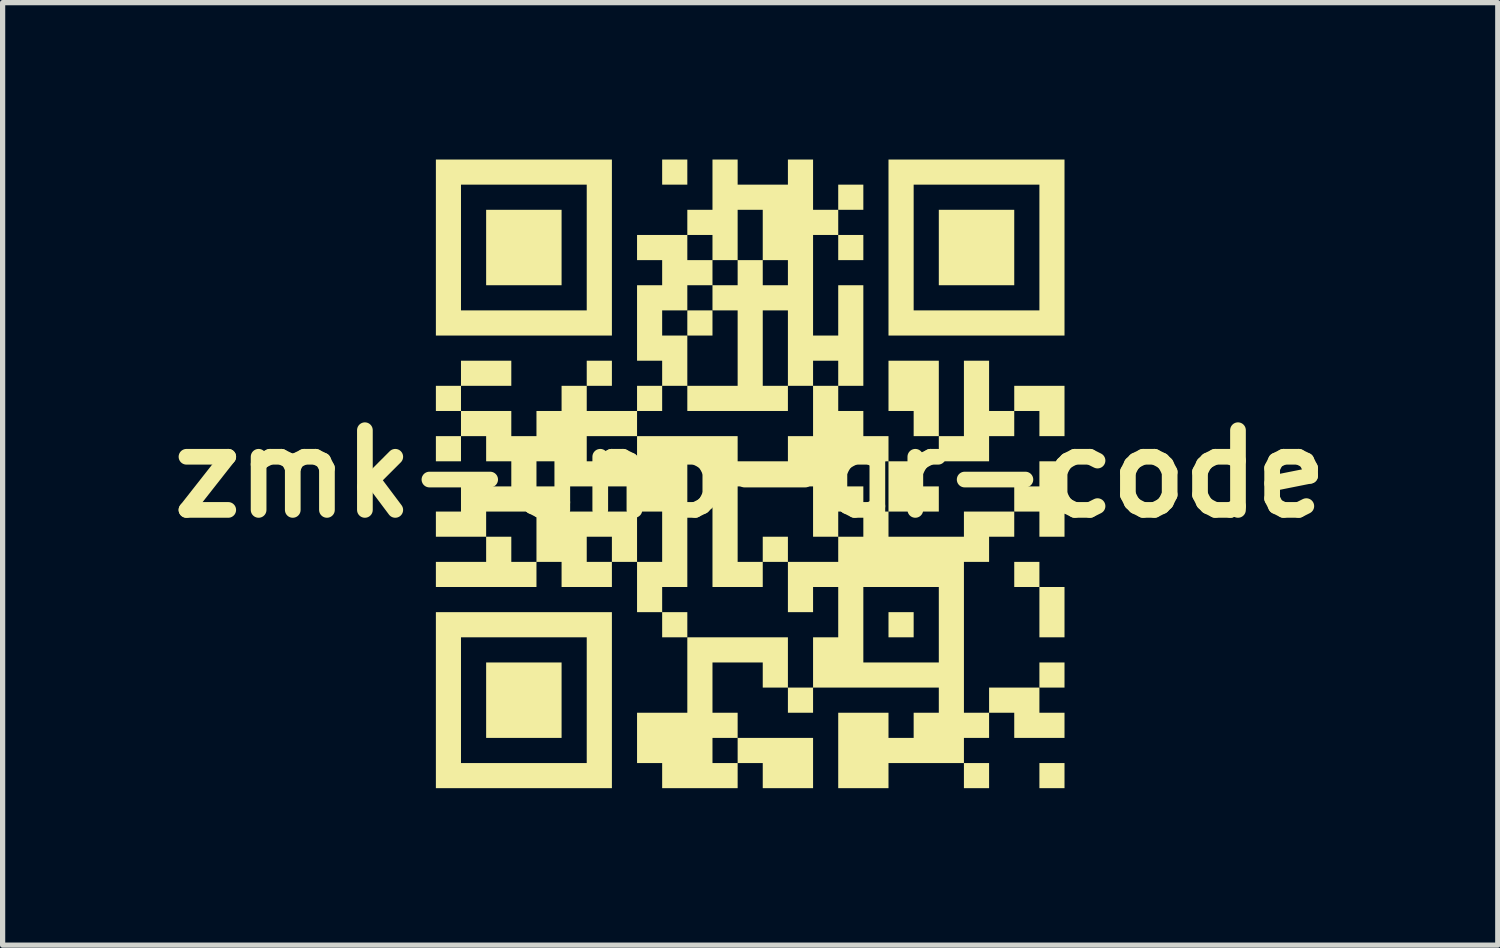
<source format=kicad_pcb>
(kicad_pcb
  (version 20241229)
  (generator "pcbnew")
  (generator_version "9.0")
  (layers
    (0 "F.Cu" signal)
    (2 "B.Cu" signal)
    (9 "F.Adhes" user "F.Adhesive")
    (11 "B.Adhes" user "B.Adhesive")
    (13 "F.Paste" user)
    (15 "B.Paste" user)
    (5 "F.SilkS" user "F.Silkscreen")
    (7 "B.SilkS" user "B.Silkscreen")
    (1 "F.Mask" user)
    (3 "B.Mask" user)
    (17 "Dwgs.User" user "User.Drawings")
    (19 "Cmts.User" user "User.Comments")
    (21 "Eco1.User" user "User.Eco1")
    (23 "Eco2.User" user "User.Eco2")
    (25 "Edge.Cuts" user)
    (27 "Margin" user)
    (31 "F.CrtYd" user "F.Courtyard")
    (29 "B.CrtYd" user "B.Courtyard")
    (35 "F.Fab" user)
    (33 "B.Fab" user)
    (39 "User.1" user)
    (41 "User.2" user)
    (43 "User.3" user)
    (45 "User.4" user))
  (footprint "zmk-uno-qr-code"
    (layer "F.Cu")
    (at 11.292 6.009)
    (property "Reference" "zmk-uno-qr-code" (at 0 0 0) (layer "F.SilkS") (effects (font (size 1.524 1.524) (thickness 0.3))))
    (attr board_only exclude_from_pos_files exclude_from_bom)
    (fp_poly (pts (xy -5.529 -1.202) (xy -6.009 -1.202) (xy -6.009 -1.683) (xy -5.529 -1.683)) (stroke (width 0) (type solid)) (fill yes) (layer "F.SilkS"))
    (fp_poly (pts (xy -5.529 -0.24) (xy -6.009 -0.24) (xy -6.009 -0.721) (xy -5.529 -0.721)) (stroke (width 0) (type solid)) (fill yes) (layer "F.SilkS"))
    (fp_poly (pts (xy -4.567 -1.683) (xy -5.529 -1.683) (xy -5.529 -2.163) (xy -4.567 -2.163)) (stroke (width 0) (type solid)) (fill yes) (layer "F.SilkS"))
    (fp_poly (pts (xy -3.606 -3.606) (xy -5.048 -3.606) (xy -5.048 -5.048) (xy -3.606 -5.048)) (stroke (width 0) (type solid)) (fill yes) (layer "F.SilkS"))
    (fp_poly (pts (xy -3.606 5.048) (xy -5.048 5.048) (xy -5.048 3.606) (xy -3.606 3.606)) (stroke (width 0) (type solid)) (fill yes) (layer "F.SilkS"))
    (fp_poly (pts (xy -2.644 -1.683) (xy -3.125 -1.683) (xy -3.125 -2.163) (xy -2.644 -2.163)) (stroke (width 0) (type solid)) (fill yes) (layer "F.SilkS"))
    (fp_poly (pts (xy -1.202 -5.529) (xy -1.683 -5.529) (xy -1.683 -6.009) (xy -1.202 -6.009)) (stroke (width 0) (type solid)) (fill yes) (layer "F.SilkS"))
    (fp_poly (pts (xy -0.721 -2.644) (xy -1.202 -2.644) (xy -1.202 -3.125) (xy -0.721 -3.125)) (stroke (width 0) (type solid)) (fill yes) (layer "F.SilkS"))
    (fp_poly (pts (xy 0.721 1.683) (xy 0.24 1.683) (xy 0.24 1.202) (xy 0.721 1.202)) (stroke (width 0) (type solid)) (fill yes) (layer "F.SilkS"))
    (fp_poly (pts (xy 2.163 -5.048) (xy 1.683 -5.048) (xy 1.683 -5.529) (xy 2.163 -5.529)) (stroke (width 0) (type solid)) (fill yes) (layer "F.SilkS"))
    (fp_poly (pts (xy 2.163 -4.086) (xy 1.683 -4.086) (xy 1.683 -4.567) (xy 2.163 -4.567)) (stroke (width 0) (type solid)) (fill yes) (layer "F.SilkS"))
    (fp_poly (pts (xy 3.125 3.125) (xy 2.644 3.125) (xy 2.644 2.644) (xy 3.125 2.644)) (stroke (width 0) (type solid)) (fill yes) (layer "F.SilkS"))
    (fp_poly (pts (xy 4.567 6.009) (xy 4.086 6.009) (xy 4.086 5.529) (xy 4.567 5.529)) (stroke (width 0) (type solid)) (fill yes) (layer "F.SilkS"))
    (fp_poly (pts (xy 5.048 -3.606) (xy 3.606 -3.606) (xy 3.606 -5.048) (xy 5.048 -5.048)) (stroke (width 0) (type solid)) (fill yes) (layer "F.SilkS"))
    (fp_poly (pts (xy 5.529 2.163) (xy 5.048 2.163) (xy 5.048 1.683) (xy 5.529 1.683)) (stroke (width 0) (type solid)) (fill yes) (layer "F.SilkS"))
    (fp_poly (pts (xy 6.009 3.125) (xy 5.529 3.125) (xy 5.529 2.163) (xy 6.009 2.163)) (stroke (width 0) (type solid)) (fill yes) (layer "F.SilkS"))
    (fp_poly (pts (xy 6.009 4.086) (xy 5.529 4.086) (xy 5.529 3.606) (xy 6.009 3.606)) (stroke (width 0) (type solid)) (fill yes) (layer "F.SilkS"))
    (fp_poly (pts (xy 6.009 6.009) (xy 5.529 6.009) (xy 5.529 5.529) (xy 6.009 5.529)) (stroke (width 0) (type solid)) (fill yes) (layer "F.SilkS"))
    (fp_poly (pts (xy 1.202 6.009) (xy 0.24 6.009) (xy 0.24 5.529) (xy -0.24 5.529) (xy -0.24 5.048) (xy 1.202 5.048)) (stroke (width 0) (type solid)) (fill yes) (layer "F.SilkS"))
    (fp_poly (pts (xy 3.606 -0.721) (xy 3.125 -0.721) (xy 3.125 -1.202) (xy 2.644 -1.202) (xy 2.644 -2.163) (xy 3.606 -2.163)) (stroke (width 0) (type solid)) (fill yes) (layer "F.SilkS"))
    (fp_poly (pts (xy 6.009 -0.721) (xy 5.529 -0.721) (xy 5.529 -1.202) (xy 5.048 -1.202) (xy 5.048 -1.683) (xy 6.009 -1.683)) (stroke (width 0) (type solid)) (fill yes) (layer "F.SilkS"))
    (fp_poly (pts (xy 5.048 0.24) (xy 5.529 0.24) (xy 5.529 -0.24) (xy 6.009 -0.24) (xy 6.009 1.202) (xy 5.529 1.202) (xy 5.529 0.721) (xy 5.048 0.721)) (stroke (width 0) (type solid)) (fill yes) (layer "F.SilkS"))
    (fp_poly (pts (xy 5.529 4.567) (xy 6.009 4.567) (xy 6.009 5.048) (xy 5.048 5.048) (xy 5.048 4.567) (xy 4.567 4.567) (xy 4.567 4.086) (xy 5.529 4.086)) (stroke (width 0) (type solid)) (fill yes) (layer "F.SilkS"))
    (fp_poly (pts (xy 4.567 -1.202) (xy 5.048 -1.202) (xy 5.048 -0.721) (xy 4.567 -0.721) (xy 4.567 -0.24) (xy 3.606 -0.24) (xy 3.606 -0.721) (xy 4.086 -0.721) (xy 4.086 -2.163) (xy 4.567 -2.163)) (stroke (width 0) (type solid)) (fill yes) (layer "F.SilkS"))
    (fp_poly (pts (xy -2.644 -2.644) (xy -6.009 -2.644) (xy -6.009 -3.125) (xy -5.529 -3.125) (xy -3.125 -3.125) (xy -3.125 -5.529) (xy -5.529 -5.529) (xy -5.529 -3.125) (xy -6.009 -3.125) (xy -6.009 -6.009) (xy -2.644 -6.009)) (stroke (width 0) (type solid)) (fill yes) (layer "F.SilkS"))
    (fp_poly (pts (xy -2.644 6.009) (xy -6.009 6.009) (xy -6.009 5.529) (xy -5.529 5.529) (xy -3.125 5.529) (xy -3.125 3.125) (xy -5.529 3.125) (xy -5.529 5.529) (xy -6.009 5.529) (xy -6.009 2.644) (xy -2.644 2.644)) (stroke (width 0) (type solid)) (fill yes) (layer "F.SilkS"))
    (fp_poly (pts (xy 6.009 -2.644) (xy 2.644 -2.644) (xy 2.644 -3.125) (xy 3.125 -3.125) (xy 5.529 -3.125) (xy 5.529 -5.529) (xy 3.125 -5.529) (xy 3.125 -3.125) (xy 2.644 -3.125) (xy 2.644 -6.009) (xy 6.009 -6.009)) (stroke (width 0) (type solid)) (fill yes) (layer "F.SilkS"))
    (fp_poly (pts (xy 5.048 1.202) (xy 4.567 1.202) (xy 4.567 1.683) (xy 4.086 1.683) (xy 4.086 4.567) (xy 4.567 4.567) (xy 4.567 5.048) (xy 4.086 5.048) (xy 4.086 5.529) (xy 2.644 5.529) (xy 2.644 6.009) (xy 1.683 6.009) (xy 1.683 4.567) (xy 2.644 4.567) (xy 2.644 5.048) (xy 3.125 5.048) (xy 3.125 4.567) (xy 3.606 4.567) (xy 3.606 4.086) (xy 1.202 4.086) (xy 1.202 4.567) (xy 0.721 4.567) (xy 0.721 4.086) (xy 0.24 4.086) (xy 0.24 3.606) (xy -0.721 3.606) (xy -0.721 4.567) (xy -0.24 4.567) (xy -0.24 5.048) (xy -0.721 5.048) (xy -0.721 5.529) (xy -0.24 5.529) (xy -0.24 6.009) (xy -1.683 6.009) (xy -1.683 5.529) (xy -2.163 5.529) (xy -2.163 4.567) (xy -1.202 4.567) (xy -1.202 3.125) (xy -1.683 3.125) (xy -1.683 2.644) (xy -1.202 2.644) (xy -1.202 3.125) (xy 0.721 3.125) (xy 0.721 4.086) (xy 1.202 4.086) (xy 1.202 3.606) (xy 2.163 3.606) (xy 3.606 3.606) (xy 3.606 2.163) (xy 2.163 2.163) (xy 2.163 3.606) (xy 1.202 3.606) (xy 1.202 3.125) (xy 1.683 3.125) (xy 1.683 2.163) (xy 1.202 2.163) (xy 1.202 2.644) (xy 0.721 2.644) (xy 0.721 1.683) (xy 1.683 1.683) (xy 1.683 1.202) (xy 2.163 1.202) (xy 2.163 0.721) (xy 1.683 0.721) (xy 1.683 1.202) (xy 1.202 1.202) (xy 1.202 0.24) (xy 1.683 0.24) (xy 2.163 0.24) (xy 2.163 0.721) (xy 2.644 0.721) (xy 2.644 -0.24) (xy 1.683 -0.24) (xy 1.683 0.24) (xy 1.202 0.24) (xy -0.24 0.24) (xy -0.24 1.683) (xy 0.24 1.683) (xy 0.24 2.163) (xy -0.721 2.163) (xy -0.721 -0.24) (xy -1.202 -0.24) (xy -1.202 2.163) (xy -1.683 2.163) (xy -1.683 2.644) (xy -2.163 2.644) (xy -2.163 1.683) (xy -1.683 1.683) (xy -1.683 0.721) (xy -2.163 0.721) (xy -2.163 1.683) (xy -2.644 1.683) (xy -2.644 2.163) (xy -3.606 2.163) (xy -3.606 1.683) (xy -3.125 1.683) (xy -2.644 1.683) (xy -2.644 1.202) (xy -3.125 1.202) (xy -3.125 1.683) (xy -3.606 1.683) (xy -4.086 1.683) (xy -4.086 2.163) (xy -6.009 2.163) (xy -6.009 1.683) (xy -5.048 1.683) (xy -5.048 1.202) (xy -4.567 1.202) (xy -4.567 1.683) (xy -4.086 1.683) (xy -4.086 0.721) (xy -3.606 0.721) (xy -2.163 0.721) (xy -2.163 0.24) (xy -3.606 0.24) (xy -3.606 0.721) (xy -4.086 0.721) (xy -5.048 0.721) (xy -5.048 1.202) (xy -6.009 1.202) (xy -6.009 0.721) (xy -5.529 0.721) (xy -5.529 0.24) (xy -4.567 0.24) (xy -4.086 0.24) (xy -3.606 0.24) (xy -3.606 -0.24) (xy -3.125 -0.24) (xy -2.163 -0.24) (xy -2.163 -0.721) (xy -0.24 -0.721) (xy -0.24 -0.24) (xy 0.721 -0.24) (xy 0.721 -0.721) (xy 1.202 -0.721) (xy 1.202 -1.683) (xy 1.683 -1.683) (xy 1.683 -2.163) (xy 1.202 -2.163) (xy 1.202 -1.683) (xy 0.721 -1.683) (xy 0.721 -1.202) (xy -1.202 -1.202) (xy -1.202 -1.683) (xy -1.683 -1.683) (xy -1.683 -1.202) (xy -2.163 -1.202) (xy -2.163 -0.721) (xy -3.125 -0.721) (xy -3.125 -0.24) (xy -3.606 -0.24) (xy -4.086 -0.24) (xy -4.086 0.24) (xy -4.567 0.24) (xy -4.567 -0.24) (xy -5.048 -0.24) (xy -5.048 -0.721) (xy -5.529 -0.721) (xy -5.529 -1.202) (xy -4.567 -1.202) (xy -4.567 -0.721) (xy -4.086 -0.721) (xy -4.086 -1.202) (xy -3.606 -1.202) (xy -3.606 -1.683) (xy -3.125 -1.683) (xy -3.125 -1.202) (xy -2.163 -1.202) (xy -2.163 -1.683) (xy -1.683 -1.683) (xy -1.683 -2.163) (xy -2.163 -2.163) (xy -2.163 -2.644) (xy -1.683 -2.644) (xy -1.202 -2.644) (xy -1.202 -1.683) (xy -0.24 -1.683) (xy 0.24 -1.683) (xy 0.721 -1.683) (xy 0.721 -3.125) (xy 0.24 -3.125) (xy 0.24 -1.683) (xy -0.24 -1.683) (xy -0.24 -3.125) (xy -0.721 -3.125) (xy -0.721 -3.606) (xy -0.24 -3.606) (xy 0.24 -3.606) (xy 0.721 -3.606) (xy 0.721 -4.086) (xy 0.24 -4.086) (xy 0.24 -3.606) (xy -0.24 -3.606) (xy -0.24 -4.086) (xy 0.24 -4.086) (xy 0.24 -5.048) (xy -0.24 -5.048) (xy -0.24 -4.086) (xy -0.721 -4.086) (xy -0.721 -3.606) (xy -1.202 -3.606) (xy -1.202 -3.125) (xy -1.683 -3.125) (xy -1.683 -2.644) (xy -2.163 -2.644) (xy -2.163 -3.606) (xy -1.683 -3.606) (xy -1.683 -4.086) (xy -1.202 -4.086) (xy -0.721 -4.086) (xy -0.721 -4.567) (xy -1.202 -4.567) (xy -1.202 -4.086) (xy -1.683 -4.086) (xy -2.163 -4.086) (xy -2.163 -4.567) (xy -1.202 -4.567) (xy -1.202 -5.048) (xy -0.721 -5.048) (xy -0.721 -6.009) (xy -0.24 -6.009) (xy -0.24 -5.529) (xy 0.721 -5.529) (xy 0.721 -6.009) (xy 1.202 -6.009) (xy 1.202 -5.048) (xy 1.683 -5.048) (xy 1.683 -4.567) (xy 1.202 -4.567) (xy 1.202 -2.644) (xy 1.683 -2.644) (xy 1.683 -3.606) (xy 2.163 -3.606) (xy 2.163 -1.683) (xy 1.683 -1.683) (xy 1.683 -1.202) (xy 2.163 -1.202) (xy 2.163 -0.721) (xy 2.644 -0.721) (xy 2.644 -0.24) (xy 3.125 -0.24) (xy 3.125 0.24) (xy 3.606 0.24) (xy 3.606 0.721) (xy 2.644 0.721) (xy 2.644 1.202) (xy 4.086 1.202) (xy 4.086 0.721) (xy 5.048 0.721)) (stroke (width 0) (type solid)) (fill yes) (layer "F.SilkS")))
  (gr_rect
    (start -3 -3)
    (end 25.584 15.019)
    (stroke (width 0.1) (type default))
    (fill no)
    (layer "Edge.Cuts")))
</source>
